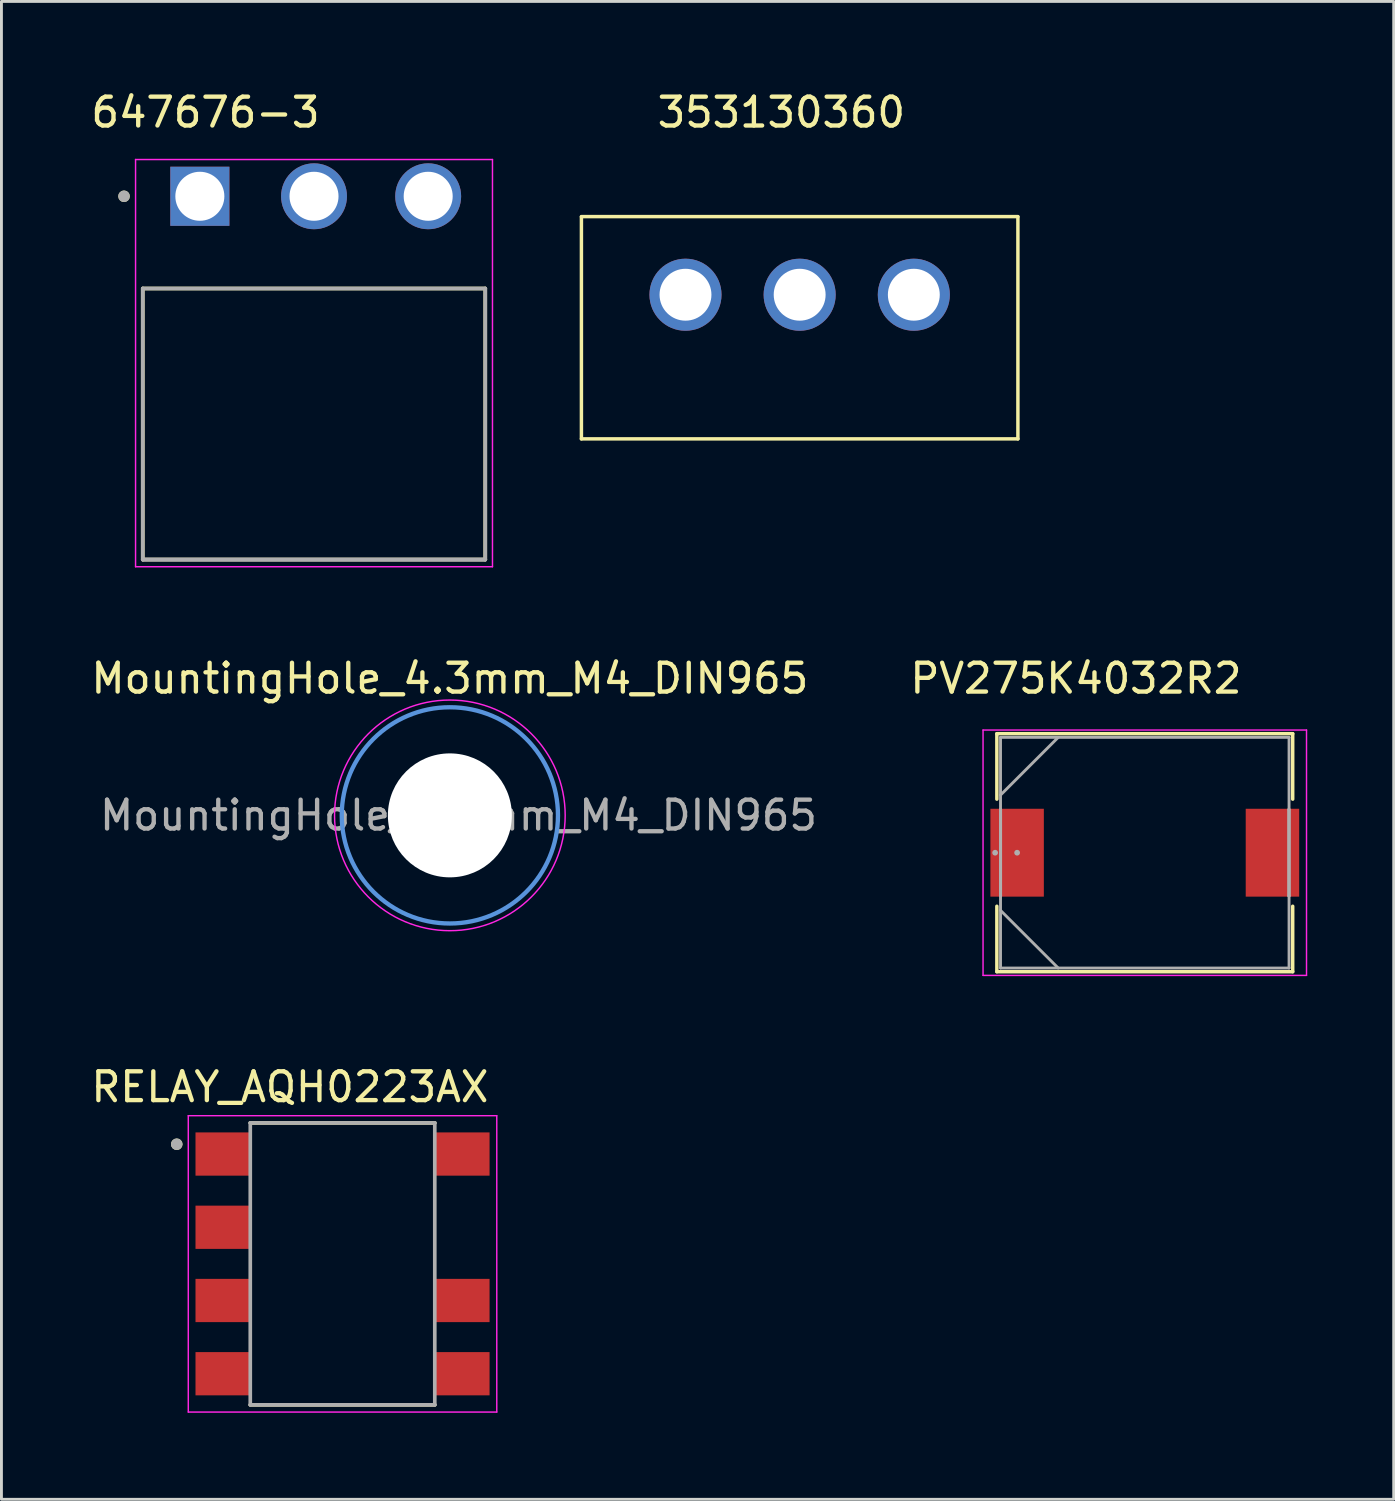
<source format=kicad_pcb>
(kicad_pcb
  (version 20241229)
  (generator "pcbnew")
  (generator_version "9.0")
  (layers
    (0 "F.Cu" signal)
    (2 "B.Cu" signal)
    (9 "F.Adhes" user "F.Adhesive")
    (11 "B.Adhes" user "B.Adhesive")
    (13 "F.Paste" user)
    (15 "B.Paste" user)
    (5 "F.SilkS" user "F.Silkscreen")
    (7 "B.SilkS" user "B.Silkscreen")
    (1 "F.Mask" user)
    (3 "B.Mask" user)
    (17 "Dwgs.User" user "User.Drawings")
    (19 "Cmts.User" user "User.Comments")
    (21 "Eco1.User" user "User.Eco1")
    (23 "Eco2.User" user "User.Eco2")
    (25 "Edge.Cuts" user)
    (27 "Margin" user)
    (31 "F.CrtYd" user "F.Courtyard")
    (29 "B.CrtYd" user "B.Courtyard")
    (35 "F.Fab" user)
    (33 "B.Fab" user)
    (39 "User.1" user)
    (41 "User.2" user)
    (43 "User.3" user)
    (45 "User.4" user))
  (footprint "RELAY_AQH0223AX"
    (layer "F.Cu")
    (at 8.831 40.789)
    (property "Reference" "RELAY_AQH0223AX" (at -1.825 -6.135 0) (layer "F.SilkS") (effects (font (size 1 1) (thickness 0.15))))
    (attr through_hole)
    (fp_line (start -3.2 -4.89) (end 3.2 -4.89) (stroke (width 0.127) (type solid)) (layer "F.SilkS"))
    (fp_line (start 3.2 4.89) (end -3.2 4.89) (stroke (width 0.127) (type solid)) (layer "F.SilkS"))
    (fp_circle (center -5.75 -4.15) (end -5.65 -4.15) (stroke (width 0.2) (type solid)) (fill no) (layer "F.SilkS"))
    (fp_line (start -5.35 -5.14) (end 5.35 -5.14) (stroke (width 0.05) (type solid)) (layer "F.CrtYd"))
    (fp_line (start -5.35 5.14) (end -5.35 -5.14) (stroke (width 0.05) (type solid)) (layer "F.CrtYd"))
    (fp_line (start 5.35 -5.14) (end 5.35 5.14) (stroke (width 0.05) (type solid)) (layer "F.CrtYd"))
    (fp_line (start 5.35 5.14) (end -5.35 5.14) (stroke (width 0.05) (type solid)) (layer "F.CrtYd"))
    (fp_line (start -3.2 -4.89) (end 3.2 -4.89) (stroke (width 0.127) (type solid)) (layer "F.Fab"))
    (fp_line (start -3.2 4.89) (end -3.2 -4.89) (stroke (width 0.127) (type solid)) (layer "F.Fab"))
    (fp_line (start 3.2 -4.89) (end 3.2 4.89) (stroke (width 0.127) (type solid)) (layer "F.Fab"))
    (fp_line (start 3.2 4.89) (end -3.2 4.89) (stroke (width 0.127) (type solid)) (layer "F.Fab"))
    (fp_circle (center -5.75 -4.15) (end -5.65 -4.15) (stroke (width 0.2) (type solid)) (fill no) (layer "F.Fab"))
    (pad "1" smd rect (at -4.15 -3.81) (size 1.9 1.5) (layers "F.Cu" "F.Mask" "F.Paste"))
    (pad "2" smd rect (at -4.15 -1.27) (size 1.9 1.5) (layers "F.Cu" "F.Mask" "F.Paste"))
    (pad "3" smd rect (at -4.15 1.27) (size 1.9 1.5) (layers "F.Cu" "F.Mask" "F.Paste"))
    (pad "4" smd rect (at -4.15 3.81) (size 1.9 1.5) (layers "F.Cu" "F.Mask" "F.Paste"))
    (pad "5" smd rect (at 4.15 3.81) (size 1.9 1.5) (layers "F.Cu" "F.Mask" "F.Paste"))
    (pad "6" smd rect (at 4.15 1.27) (size 1.9 1.5) (layers "F.Cu" "F.Mask" "F.Paste"))
    (pad "8" smd rect (at 4.15 -3.81) (size 1.9 1.5) (layers "F.Cu" "F.Mask" "F.Paste")))
  (footprint "353130360"
    (layer "F.Cu")
    (at 24.687 7.173)
    (property "Reference" "353130360" (at -0.635 -6.325 0) (layer "F.SilkS") (effects (font (size 1 1) (thickness 0.15))))
    (attr through_hole)
    (fp_line (start -7.57 -2.71) (end 7.57 -2.71) (stroke (width 0.12) (type solid)) (layer "F.SilkS"))
    (fp_line (start -7.57 5) (end -7.57 -2.7) (stroke (width 0.12) (type solid)) (layer "F.SilkS"))
    (fp_line (start 7.57 -2.7) (end 7.57 5) (stroke (width 0.12) (type solid)) (layer "F.SilkS"))
    (fp_line (start 7.57 5) (end -7.57 5) (stroke (width 0.12) (type solid)) (layer "F.SilkS"))
    (pad "1" thru_hole circle (at -3.96 0) (size 2.5 2.5) (drill 1.8) (layers "*.Cu" "*.Mask"))
    (pad "2" thru_hole circle (at 0 0) (size 2.5 2.5) (drill 1.8) (layers "*.Cu" "*.Mask"))
    (pad "3" thru_hole circle (at 3.96 0) (size 2.5 2.5) (drill 1.8) (layers "*.Cu" "*.Mask")))
  (footprint "MountingHole_4.3mm_M4_DIN965"
    (layer "F.Cu")
    (at 12.554 25.232)
    (property "Reference" "MountingHole_4.3mm_M4_DIN965" (at 0 -4.75 0) (layer "F.SilkS") (effects (font (size 1 1) (thickness 0.15))))
    (attr exclude_from_pos_files exclude_from_bom)
    (fp_circle (center 0 0) (end 3.75 0) (stroke (width 0.15) (type solid)) (fill no) (layer "Cmts.User"))
    (fp_circle (center 0 0) (end 4 0) (stroke (width 0.05) (type solid)) (fill no) (layer "F.CrtYd"))
    (fp_text user "${REFERENCE}" (at 0.3 0 0) (layer "F.Fab") (effects (font (size 1 1) (thickness 0.15))))
    (pad "" np_thru_hole circle (at 0 0) (size 4.3 4.3) (drill 4.3) (layers "*.Cu" "*.Mask")))
  (footprint "PV275K4032R2"
    (layer "F.Cu")
    (at 36.658 26.527)
    (property "Reference" "PV275K4032R2" (at -2.388 -6.045 0) (layer "F.SilkS") (effects (font (size 1 1) (thickness 0.15))))
    (attr through_hole)
    (fp_line (start -5.131 -4.128) (end -5.131 -1.857) (stroke (width 0.12) (type solid)) (layer "F.SilkS"))
    (fp_line (start -5.131 1.857) (end -5.131 4.128) (stroke (width 0.12) (type solid)) (layer "F.SilkS"))
    (fp_line (start -5.131 4.128) (end 5.131 4.128) (stroke (width 0.12) (type solid)) (layer "F.SilkS"))
    (fp_line (start 5.131 -4.128) (end -5.131 -4.128) (stroke (width 0.12) (type solid)) (layer "F.SilkS"))
    (fp_line (start 5.131 -1.857) (end 5.131 -4.128) (stroke (width 0.12) (type solid)) (layer "F.SilkS"))
    (fp_line (start 5.131 4.128) (end 5.131 1.857) (stroke (width 0.12) (type solid)) (layer "F.SilkS"))
    (fp_line (start -5.61 -4.255) (end 5.61 -4.255) (stroke (width 0.05) (type solid)) (layer "F.CrtYd"))
    (fp_line (start -5.61 4.255) (end -5.61 -4.255) (stroke (width 0.05) (type solid)) (layer "F.CrtYd"))
    (fp_line (start 5.61 -4.255) (end 5.61 4.255) (stroke (width 0.05) (type solid)) (layer "F.CrtYd"))
    (fp_line (start 5.61 4.255) (end -5.61 4.255) (stroke (width 0.05) (type solid)) (layer "F.CrtYd"))
    (fp_line (start -5.004 -4) (end -5.004 4) (stroke (width 0.1) (type solid)) (layer "F.Fab"))
    (fp_line (start -5.004 -2) (end -3.004 -4) (stroke (width 0.1) (type solid)) (layer "F.Fab"))
    (fp_line (start -5.004 -1.499) (end -5 -1.499) (stroke (width 0.1) (type solid)) (layer "F.Fab"))
    (fp_line (start -5.004 1.499) (end -5.004 -1.499) (stroke (width 0.1) (type solid)) (layer "F.Fab"))
    (fp_line (start -5.004 2) (end -3.004 4) (stroke (width 0.1) (type solid)) (layer "F.Fab"))
    (fp_line (start -5.004 4) (end 5.004 4) (stroke (width 0.1) (type solid)) (layer "F.Fab"))
    (fp_line (start -5 -1.499) (end -5 1.499) (stroke (width 0.1) (type solid)) (layer "F.Fab"))
    (fp_line (start -5 1.499) (end -5.004 1.499) (stroke (width 0.1) (type solid)) (layer "F.Fab"))
    (fp_line (start 5 -1.499) (end 5.004 -1.499) (stroke (width 0.1) (type solid)) (layer "F.Fab"))
    (fp_line (start 5 1.499) (end 5 -1.499) (stroke (width 0.1) (type solid)) (layer "F.Fab"))
    (fp_line (start 5.004 -4) (end -5.004 -4) (stroke (width 0.1) (type solid)) (layer "F.Fab"))
    (fp_line (start 5.004 -1.499) (end 5.004 1.499) (stroke (width 0.1) (type solid)) (layer "F.Fab"))
    (fp_line (start 5.004 1.499) (end 5 1.499) (stroke (width 0.1) (type solid)) (layer "F.Fab"))
    (fp_line (start 5.004 4) (end 5.004 -4) (stroke (width 0.1) (type solid)) (layer "F.Fab"))
    (fp_circle (center -5.191 0) (end -5.191 0) (stroke (width 0.1) (type solid)) (fill no) (layer "F.Fab"))
    (fp_circle (center -4.428 0) (end -4.428 0) (stroke (width 0.1) (type solid)) (fill no) (layer "F.Fab"))
    (pad "1" smd rect (at -4.428 0) (size 1.854 3.048) (layers "F.Cu" "F.Mask" "F.Paste"))
    (pad "2" smd rect (at 4.428 0) (size 1.854 3.048) (layers "F.Cu" "F.Mask" "F.Paste")))
  (footprint "647676-3"
    (layer "F.Cu")
    (at 3.882 3.758)
    (property "Reference" "647676-3" (at 0.195 -2.91 0) (layer "F.SilkS") (effects (font (size 1 1) (thickness 0.15))))
    (attr through_hole)
    (fp_line (start -1.98 12.6) (end -1.98 3.2) (stroke (width 0.127) (type solid)) (layer "F.SilkS"))
    (fp_line (start 9.9 3.2) (end -1.98 3.2) (stroke (width 0.127) (type solid)) (layer "F.SilkS"))
    (fp_line (start 9.9 3.2) (end 9.9 12.6) (stroke (width 0.127) (type solid)) (layer "F.SilkS"))
    (fp_line (start 9.9 12.6) (end -1.98 12.6) (stroke (width 0.127) (type solid)) (layer "F.SilkS"))
    (fp_circle (center -2.63 0) (end -2.53 0) (stroke (width 0.2) (type solid)) (fill no) (layer "F.SilkS"))
    (fp_line (start -2.23 -1.275) (end 10.15 -1.275) (stroke (width 0.05) (type solid)) (layer "F.CrtYd"))
    (fp_line (start -2.23 12.85) (end -2.23 -1.275) (stroke (width 0.05) (type solid)) (layer "F.CrtYd"))
    (fp_line (start 10.15 -1.275) (end 10.15 12.85) (stroke (width 0.05) (type solid)) (layer "F.CrtYd"))
    (fp_line (start 10.15 12.85) (end -2.23 12.85) (stroke (width 0.05) (type solid)) (layer "F.CrtYd"))
    (fp_line (start -1.98 3.2) (end 9.9 3.2) (stroke (width 0.127) (type solid)) (layer "F.Fab"))
    (fp_line (start -1.98 12.6) (end -1.98 3.2) (stroke (width 0.127) (type solid)) (layer "F.Fab"))
    (fp_line (start -1.98 12.6) (end -1.98 12.6) (stroke (width 0.127) (type solid)) (layer "F.Fab"))
    (fp_line (start -1.98 12.6) (end 9.9 12.6) (stroke (width 0.127) (type solid)) (layer "F.Fab"))
    (fp_line (start 9.9 3.2) (end 9.9 12.6) (stroke (width 0.127) (type solid)) (layer "F.Fab"))
    (fp_line (start 9.9 12.6) (end -1.98 12.6) (stroke (width 0.127) (type solid)) (layer "F.Fab"))
    (fp_line (start 9.9 12.6) (end 9.9 12.6) (stroke (width 0.127) (type solid)) (layer "F.Fab"))
    (fp_circle (center -2.63 0) (end -2.53 0) (stroke (width 0.2) (type solid)) (fill no) (layer "F.Fab"))
    (pad "1" thru_hole rect (at 0 0) (size 2.05 2.05) (drill 1.7) (layers "*.Cu" "*.Mask"))
    (pad "2" thru_hole circle (at 3.96 0) (size 2.286 2.286) (drill 1.7) (layers "*.Cu" "*.Mask"))
    (pad "3" thru_hole circle (at 7.92 0) (size 2.286 2.286) (drill 1.7) (layers "*.Cu" "*.Mask")))
  (gr_rect
    (start -3 -3)
    (end 45.292 48.954)
    (stroke (width 0.1) (type default))
    (fill no)
    (layer "Edge.Cuts")))
</source>
